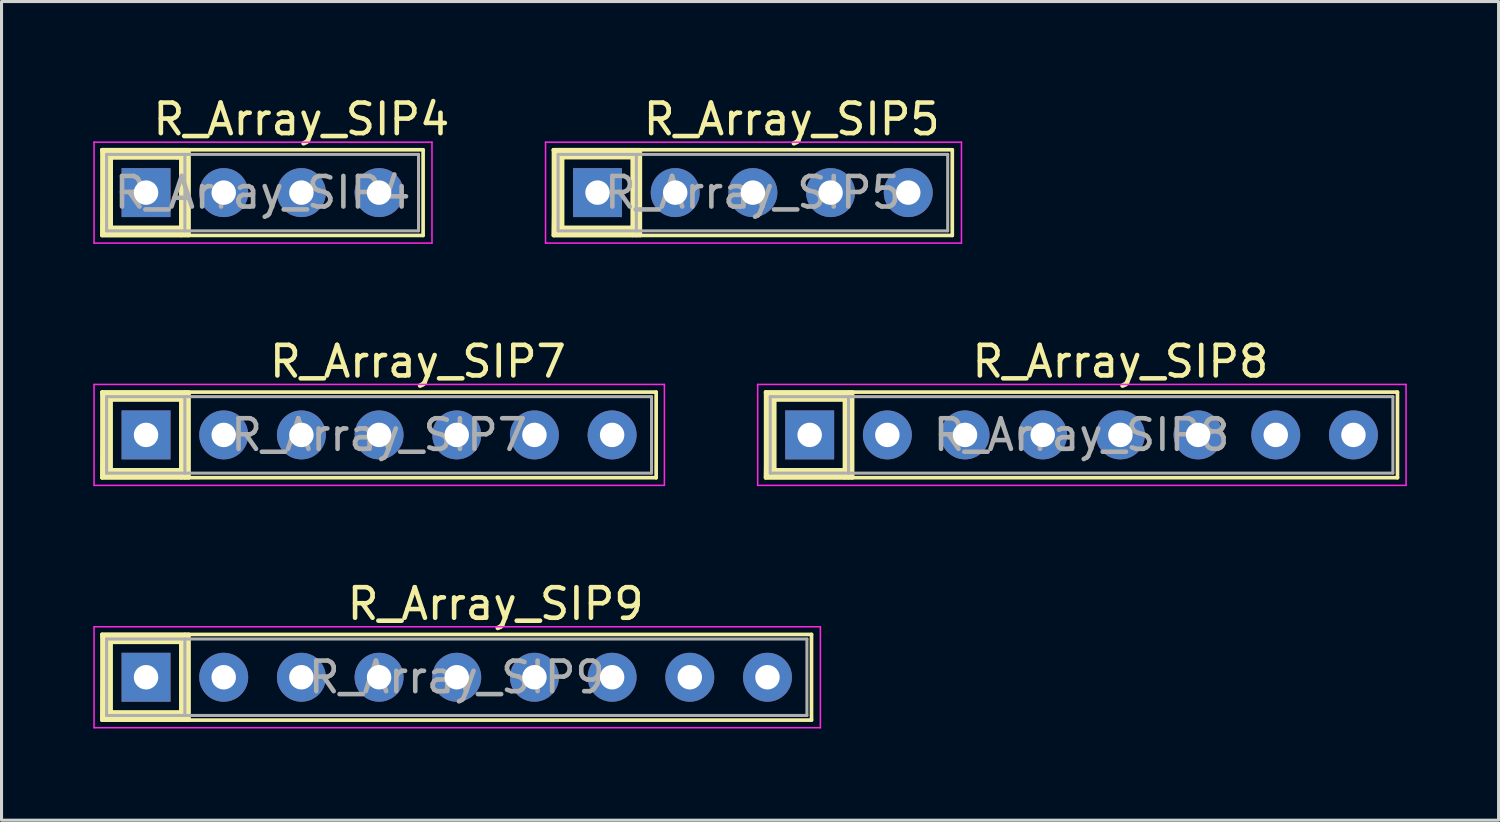
<source format=kicad_pcb>
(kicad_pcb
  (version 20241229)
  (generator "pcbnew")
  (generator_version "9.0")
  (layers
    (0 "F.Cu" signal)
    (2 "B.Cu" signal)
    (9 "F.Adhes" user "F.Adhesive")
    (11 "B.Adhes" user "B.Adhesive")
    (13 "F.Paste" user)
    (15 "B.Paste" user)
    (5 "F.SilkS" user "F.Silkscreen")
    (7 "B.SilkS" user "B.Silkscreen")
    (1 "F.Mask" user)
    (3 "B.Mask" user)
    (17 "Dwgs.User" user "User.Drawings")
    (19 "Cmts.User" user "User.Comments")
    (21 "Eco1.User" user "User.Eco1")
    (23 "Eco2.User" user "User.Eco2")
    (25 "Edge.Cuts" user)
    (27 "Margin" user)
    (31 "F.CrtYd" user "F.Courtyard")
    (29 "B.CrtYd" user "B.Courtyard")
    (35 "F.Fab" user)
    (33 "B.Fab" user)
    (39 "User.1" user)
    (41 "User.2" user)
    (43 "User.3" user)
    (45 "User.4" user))
  (footprint "R_Array_SIP9"
    (layer "F.Cu")
    (at 1.725 19.095)
    (property "Reference" "R_Array_SIP9" (at 11.43 -2.4 0) (layer "F.SilkS") (effects (font (size 1 1) (thickness 0.15))))
    (attr through_hole)
    (fp_line (start -1.44 -1.4) (end -1.44 1.4) (stroke (width 0.12) (type solid)) (layer "F.SilkS"))
    (fp_line (start -1.44 1.4) (end 21.76 1.4) (stroke (width 0.12) (type solid)) (layer "F.SilkS"))
    (fp_line (start 1.143 -1.143) (end 1.143 1.143) (stroke (width 0.12) (type solid)) (layer "F.SilkS"))
    (fp_line (start 1.143 1.143) (end -1.143 1.143) (stroke (width 0.12) (type solid)) (layer "F.SilkS"))
    (fp_line (start 1.27 -1.4) (end 1.27 1.4) (stroke (width 0.12) (type solid)) (layer "F.SilkS"))
    (fp_line (start 1.397 -1.4) (end 1.397 1.4) (stroke (width 0.12) (type solid)) (layer "F.SilkS"))
    (fp_line (start 21.76 -1.4) (end -1.44 -1.4) (stroke (width 0.12) (type solid)) (layer "F.SilkS"))
    (fp_line (start 21.76 1.4) (end 21.76 -1.4) (stroke (width 0.12) (type solid)) (layer "F.SilkS"))
    (fp_poly (pts (xy -1.143 1.143) (xy 1.143 1.143) (xy 1.143 1.4) (xy -1.44 1.4) (xy -1.397 -1.143) (xy -1.143 -1.143)) (stroke (width 0.12) (type solid)) (fill yes) (layer "F.SilkS"))
    (fp_poly (pts (xy 1.397 1.4) (xy 1.143 1.4) (xy 1.143 -1.143) (xy -1.397 -1.143) (xy -1.44 -1.4) (xy 1.397 -1.4)) (stroke (width 0.12) (type solid)) (fill yes) (layer "F.SilkS"))
    (fp_line (start -1.7 -1.65) (end -1.7 1.65) (stroke (width 0.05) (type solid)) (layer "F.CrtYd"))
    (fp_line (start -1.7 1.65) (end 22.05 1.65) (stroke (width 0.05) (type solid)) (layer "F.CrtYd"))
    (fp_line (start 22.05 -1.65) (end -1.7 -1.65) (stroke (width 0.05) (type solid)) (layer "F.CrtYd"))
    (fp_line (start 22.05 1.65) (end 22.05 -1.65) (stroke (width 0.05) (type solid)) (layer "F.CrtYd"))
    (fp_line (start -1.29 -1.25) (end -1.29 1.25) (stroke (width 0.1) (type solid)) (layer "F.Fab"))
    (fp_line (start -1.29 1.25) (end 21.61 1.25) (stroke (width 0.1) (type solid)) (layer "F.Fab"))
    (fp_line (start 1.27 -1.25) (end 1.27 1.25) (stroke (width 0.1) (type solid)) (layer "F.Fab"))
    (fp_line (start 21.61 -1.25) (end -1.29 -1.25) (stroke (width 0.1) (type solid)) (layer "F.Fab"))
    (fp_line (start 21.61 1.25) (end 21.61 -1.25) (stroke (width 0.1) (type solid)) (layer "F.Fab"))
    (fp_text user "${REFERENCE}" (at 10.16 0 0) (layer "F.Fab") (effects (font (size 1 1) (thickness 0.15))))
    (pad "1" thru_hole rect (at 0 0) (size 1.6 1.6) (drill 0.8) (layers "*.Cu" "*.Mask"))
    (pad "2" thru_hole oval (at 2.54 0) (size 1.6 1.6) (drill 0.8) (layers "*.Cu" "*.Mask"))
    (pad "3" thru_hole oval (at 5.08 0) (size 1.6 1.6) (drill 0.8) (layers "*.Cu" "*.Mask"))
    (pad "4" thru_hole oval (at 7.62 0) (size 1.6 1.6) (drill 0.8) (layers "*.Cu" "*.Mask"))
    (pad "5" thru_hole oval (at 10.16 0) (size 1.6 1.6) (drill 0.8) (layers "*.Cu" "*.Mask"))
    (pad "6" thru_hole oval (at 12.7 0) (size 1.6 1.6) (drill 0.8) (layers "*.Cu" "*.Mask"))
    (pad "7" thru_hole oval (at 15.24 0) (size 1.6 1.6) (drill 0.8) (layers "*.Cu" "*.Mask"))
    (pad "8" thru_hole oval (at 17.78 0) (size 1.6 1.6) (drill 0.8) (layers "*.Cu" "*.Mask"))
    (pad "9" thru_hole oval (at 20.32 0) (size 1.6 1.6) (drill 0.8) (layers "*.Cu" "*.Mask")))
  (footprint "R_Array_SIP4"
    (layer "F.Cu")
    (at 1.725 3.248)
    (property "Reference" "R_Array_SIP4" (at 5.08 -2.4 0) (layer "F.SilkS") (effects (font (size 1 1) (thickness 0.15))))
    (attr through_hole)
    (fp_line (start -1.44 -1.4) (end -1.44 1.4) (stroke (width 0.12) (type solid)) (layer "F.SilkS"))
    (fp_line (start -1.44 1.4) (end 9.06 1.4) (stroke (width 0.12) (type solid)) (layer "F.SilkS"))
    (fp_line (start -1.143 -1.143) (end 1.016 -1.143) (stroke (width 0.12) (type solid)) (layer "F.SilkS"))
    (fp_line (start -1.143 1.143) (end -1.143 -1.143) (stroke (width 0.12) (type solid)) (layer "F.SilkS"))
    (fp_line (start 1.016 -1.143) (end 1.143 -1.143) (stroke (width 0.12) (type solid)) (layer "F.SilkS"))
    (fp_line (start 1.143 -1.143) (end 1.143 1.143) (stroke (width 0.12) (type solid)) (layer "F.SilkS"))
    (fp_line (start 1.143 1.143) (end -1.143 1.143) (stroke (width 0.12) (type solid)) (layer "F.SilkS"))
    (fp_line (start 1.397 -1.4) (end 1.397 1.4) (stroke (width 0.12) (type solid)) (layer "F.SilkS"))
    (fp_line (start 9.06 -1.4) (end -1.44 -1.4) (stroke (width 0.12) (type solid)) (layer "F.SilkS"))
    (fp_line (start 9.06 1.4) (end 9.06 -1.4) (stroke (width 0.12) (type solid)) (layer "F.SilkS"))
    (fp_poly (pts (xy -1.143 1.143) (xy 1.143 1.143) (xy 1.143 1.4) (xy -1.44 1.4) (xy -1.397 -1.143) (xy -1.143 -1.143)) (stroke (width 0.12) (type solid)) (fill yes) (layer "F.SilkS"))
    (fp_poly (pts (xy 1.397 1.4) (xy 1.143 1.4) (xy 1.143 -1.143) (xy -1.397 -1.143) (xy -1.44 -1.4) (xy 1.397 -1.4)) (stroke (width 0.12) (type solid)) (fill yes) (layer "F.SilkS"))
    (fp_line (start -1.7 -1.65) (end -1.7 1.65) (stroke (width 0.05) (type solid)) (layer "F.CrtYd"))
    (fp_line (start -1.7 1.65) (end 9.35 1.65) (stroke (width 0.05) (type solid)) (layer "F.CrtYd"))
    (fp_line (start 9.35 -1.65) (end -1.7 -1.65) (stroke (width 0.05) (type solid)) (layer "F.CrtYd"))
    (fp_line (start 9.35 1.65) (end 9.35 -1.65) (stroke (width 0.05) (type solid)) (layer "F.CrtYd"))
    (fp_line (start -1.29 -1.25) (end -1.29 1.25) (stroke (width 0.1) (type solid)) (layer "F.Fab"))
    (fp_line (start -1.29 1.25) (end 8.91 1.25) (stroke (width 0.1) (type solid)) (layer "F.Fab"))
    (fp_line (start 1.27 -1.25) (end 1.27 1.25) (stroke (width 0.1) (type solid)) (layer "F.Fab"))
    (fp_line (start 8.91 -1.25) (end -1.29 -1.25) (stroke (width 0.1) (type solid)) (layer "F.Fab"))
    (fp_line (start 8.91 1.25) (end 8.91 -1.25) (stroke (width 0.1) (type solid)) (layer "F.Fab"))
    (fp_text user "${REFERENCE}" (at 3.81 0 0) (layer "F.Fab") (effects (font (size 1 1) (thickness 0.15))))
    (pad "1" thru_hole rect (at 0 0) (size 1.6 1.6) (drill 0.8) (layers "*.Cu" "*.Mask"))
    (pad "2" thru_hole oval (at 2.54 0) (size 1.6 1.6) (drill 0.8) (layers "*.Cu" "*.Mask"))
    (pad "3" thru_hole oval (at 5.08 0) (size 1.6 1.6) (drill 0.8) (layers "*.Cu" "*.Mask"))
    (pad "4" thru_hole oval (at 7.62 0) (size 1.6 1.6) (drill 0.8) (layers "*.Cu" "*.Mask")))
  (footprint "R_Array_SIP7"
    (layer "F.Cu")
    (at 1.725 11.171)
    (property "Reference" "R_Array_SIP7" (at 8.89 -2.4 0) (layer "F.SilkS") (effects (font (size 1 1) (thickness 0.15))))
    (attr through_hole)
    (fp_line (start -1.44 -1.4) (end -1.44 1.4) (stroke (width 0.12) (type solid)) (layer "F.SilkS"))
    (fp_line (start -1.44 1.4) (end 16.68 1.4) (stroke (width 0.12) (type solid)) (layer "F.SilkS"))
    (fp_line (start 1.143 -1.143) (end 1.143 1.143) (stroke (width 0.12) (type solid)) (layer "F.SilkS"))
    (fp_line (start 1.143 1.143) (end -1.143 1.143) (stroke (width 0.12) (type solid)) (layer "F.SilkS"))
    (fp_line (start 1.27 -1.4) (end 1.27 1.4) (stroke (width 0.12) (type solid)) (layer "F.SilkS"))
    (fp_line (start 1.397 -1.4) (end 1.397 1.4) (stroke (width 0.12) (type solid)) (layer "F.SilkS"))
    (fp_line (start 16.68 -1.4) (end -1.44 -1.4) (stroke (width 0.12) (type solid)) (layer "F.SilkS"))
    (fp_line (start 16.68 1.4) (end 16.68 -1.4) (stroke (width 0.12) (type solid)) (layer "F.SilkS"))
    (fp_poly (pts (xy -1.143 1.143) (xy 1.143 1.143) (xy 1.143 1.4) (xy -1.44 1.4) (xy -1.397 -1.143) (xy -1.143 -1.143)) (stroke (width 0.12) (type solid)) (fill yes) (layer "F.SilkS"))
    (fp_poly (pts (xy 1.397 1.4) (xy 1.143 1.4) (xy 1.143 -1.143) (xy -1.397 -1.143) (xy -1.44 -1.4) (xy 1.397 -1.4)) (stroke (width 0.12) (type solid)) (fill yes) (layer "F.SilkS"))
    (fp_line (start -1.7 -1.65) (end -1.7 1.65) (stroke (width 0.05) (type solid)) (layer "F.CrtYd"))
    (fp_line (start -1.7 1.65) (end 16.95 1.65) (stroke (width 0.05) (type solid)) (layer "F.CrtYd"))
    (fp_line (start 16.95 -1.65) (end -1.7 -1.65) (stroke (width 0.05) (type solid)) (layer "F.CrtYd"))
    (fp_line (start 16.95 1.65) (end 16.95 -1.65) (stroke (width 0.05) (type solid)) (layer "F.CrtYd"))
    (fp_line (start -1.29 -1.25) (end -1.29 1.25) (stroke (width 0.1) (type solid)) (layer "F.Fab"))
    (fp_line (start -1.29 1.25) (end 16.53 1.25) (stroke (width 0.1) (type solid)) (layer "F.Fab"))
    (fp_line (start 1.27 -1.25) (end 1.27 1.25) (stroke (width 0.1) (type solid)) (layer "F.Fab"))
    (fp_line (start 16.53 -1.25) (end -1.29 -1.25) (stroke (width 0.1) (type solid)) (layer "F.Fab"))
    (fp_line (start 16.53 1.25) (end 16.53 -1.25) (stroke (width 0.1) (type solid)) (layer "F.Fab"))
    (fp_text user "${REFERENCE}" (at 7.62 0 0) (layer "F.Fab") (effects (font (size 1 1) (thickness 0.15))))
    (pad "1" thru_hole rect (at 0 0) (size 1.6 1.6) (drill 0.8) (layers "*.Cu" "*.Mask"))
    (pad "2" thru_hole oval (at 2.54 0) (size 1.6 1.6) (drill 0.8) (layers "*.Cu" "*.Mask"))
    (pad "3" thru_hole oval (at 5.08 0) (size 1.6 1.6) (drill 0.8) (layers "*.Cu" "*.Mask"))
    (pad "4" thru_hole oval (at 7.62 0) (size 1.6 1.6) (drill 0.8) (layers "*.Cu" "*.Mask"))
    (pad "5" thru_hole oval (at 10.16 0) (size 1.6 1.6) (drill 0.8) (layers "*.Cu" "*.Mask"))
    (pad "6" thru_hole oval (at 12.7 0) (size 1.6 1.6) (drill 0.8) (layers "*.Cu" "*.Mask"))
    (pad "7" thru_hole oval (at 15.24 0) (size 1.6 1.6) (drill 0.8) (layers "*.Cu" "*.Mask")))
  (footprint "R_Array_SIP8"
    (layer "F.Cu")
    (at 23.425 11.171)
    (property "Reference" "R_Array_SIP8" (at 10.16 -2.4 0) (layer "F.SilkS") (effects (font (size 1 1) (thickness 0.15))))
    (attr through_hole)
    (fp_line (start -1.44 -1.4) (end -1.44 1.4) (stroke (width 0.12) (type solid)) (layer "F.SilkS"))
    (fp_line (start -1.44 1.4) (end 19.22 1.4) (stroke (width 0.12) (type solid)) (layer "F.SilkS"))
    (fp_line (start 1.143 -1.143) (end 1.143 1.143) (stroke (width 0.12) (type solid)) (layer "F.SilkS"))
    (fp_line (start 1.143 1.143) (end -1.143 1.143) (stroke (width 0.12) (type solid)) (layer "F.SilkS"))
    (fp_line (start 1.27 -1.4) (end 1.27 1.4) (stroke (width 0.12) (type solid)) (layer "F.SilkS"))
    (fp_line (start 1.397 -1.4) (end 1.397 1.4) (stroke (width 0.12) (type solid)) (layer "F.SilkS"))
    (fp_line (start 19.22 -1.4) (end -1.44 -1.4) (stroke (width 0.12) (type solid)) (layer "F.SilkS"))
    (fp_line (start 19.22 1.4) (end 19.22 -1.4) (stroke (width 0.12) (type solid)) (layer "F.SilkS"))
    (fp_poly (pts (xy -1.143 1.143) (xy 1.143 1.143) (xy 1.143 1.4) (xy -1.44 1.4) (xy -1.397 -1.143) (xy -1.143 -1.143)) (stroke (width 0.12) (type solid)) (fill yes) (layer "F.SilkS"))
    (fp_poly (pts (xy 1.397 1.4) (xy 1.143 1.4) (xy 1.143 -1.143) (xy -1.397 -1.143) (xy -1.44 -1.4) (xy 1.397 -1.4)) (stroke (width 0.12) (type solid)) (fill yes) (layer "F.SilkS"))
    (fp_line (start -1.7 -1.65) (end -1.7 1.65) (stroke (width 0.05) (type solid)) (layer "F.CrtYd"))
    (fp_line (start -1.7 1.65) (end 19.5 1.65) (stroke (width 0.05) (type solid)) (layer "F.CrtYd"))
    (fp_line (start 19.5 -1.65) (end -1.7 -1.65) (stroke (width 0.05) (type solid)) (layer "F.CrtYd"))
    (fp_line (start 19.5 1.65) (end 19.5 -1.65) (stroke (width 0.05) (type solid)) (layer "F.CrtYd"))
    (fp_line (start -1.29 -1.25) (end -1.29 1.25) (stroke (width 0.1) (type solid)) (layer "F.Fab"))
    (fp_line (start -1.29 1.25) (end 19.07 1.25) (stroke (width 0.1) (type solid)) (layer "F.Fab"))
    (fp_line (start 1.27 -1.25) (end 1.27 1.25) (stroke (width 0.1) (type solid)) (layer "F.Fab"))
    (fp_line (start 19.07 -1.25) (end -1.29 -1.25) (stroke (width 0.1) (type solid)) (layer "F.Fab"))
    (fp_line (start 19.07 1.25) (end 19.07 -1.25) (stroke (width 0.1) (type solid)) (layer "F.Fab"))
    (fp_text user "${REFERENCE}" (at 8.89 0 0) (layer "F.Fab") (effects (font (size 1 1) (thickness 0.15))))
    (pad "1" thru_hole rect (at 0 0) (size 1.6 1.6) (drill 0.8) (layers "*.Cu" "*.Mask"))
    (pad "2" thru_hole oval (at 2.54 0) (size 1.6 1.6) (drill 0.8) (layers "*.Cu" "*.Mask"))
    (pad "3" thru_hole oval (at 5.08 0) (size 1.6 1.6) (drill 0.8) (layers "*.Cu" "*.Mask"))
    (pad "4" thru_hole oval (at 7.62 0) (size 1.6 1.6) (drill 0.8) (layers "*.Cu" "*.Mask"))
    (pad "5" thru_hole oval (at 10.16 0) (size 1.6 1.6) (drill 0.8) (layers "*.Cu" "*.Mask"))
    (pad "6" thru_hole oval (at 12.7 0) (size 1.6 1.6) (drill 0.8) (layers "*.Cu" "*.Mask"))
    (pad "7" thru_hole oval (at 15.24 0) (size 1.6 1.6) (drill 0.8) (layers "*.Cu" "*.Mask"))
    (pad "8" thru_hole oval (at 17.78 0) (size 1.6 1.6) (drill 0.8) (layers "*.Cu" "*.Mask")))
  (footprint "R_Array_SIP5"
    (layer "F.Cu")
    (at 16.488 3.248)
    (property "Reference" "R_Array_SIP5" (at 6.35 -2.4 0) (layer "F.SilkS") (effects (font (size 1 1) (thickness 0.15))))
    (attr through_hole)
    (fp_line (start -1.44 -1.4) (end -1.44 1.4) (stroke (width 0.12) (type solid)) (layer "F.SilkS"))
    (fp_line (start -1.44 1.4) (end 11.6 1.4) (stroke (width 0.12) (type solid)) (layer "F.SilkS"))
    (fp_line (start 1.143 -1.143) (end 1.143 1.143) (stroke (width 0.12) (type solid)) (layer "F.SilkS"))
    (fp_line (start 1.143 1.143) (end -1.143 1.143) (stroke (width 0.12) (type solid)) (layer "F.SilkS"))
    (fp_line (start 1.27 -1.4) (end 1.27 1.4) (stroke (width 0.12) (type solid)) (layer "F.SilkS"))
    (fp_line (start 1.397 -1.4) (end 1.397 1.4) (stroke (width 0.12) (type solid)) (layer "F.SilkS"))
    (fp_line (start 11.6 -1.4) (end -1.44 -1.4) (stroke (width 0.12) (type solid)) (layer "F.SilkS"))
    (fp_line (start 11.6 1.4) (end 11.6 -1.4) (stroke (width 0.12) (type solid)) (layer "F.SilkS"))
    (fp_poly (pts (xy -1.143 1.143) (xy 1.143 1.143) (xy 1.143 1.4) (xy -1.44 1.4) (xy -1.397 -1.143) (xy -1.143 -1.143)) (stroke (width 0.12) (type solid)) (fill yes) (layer "F.SilkS"))
    (fp_poly (pts (xy 1.397 1.4) (xy 1.143 1.4) (xy 1.143 -1.143) (xy -1.397 -1.143) (xy -1.44 -1.4) (xy 1.397 -1.4)) (stroke (width 0.12) (type solid)) (fill yes) (layer "F.SilkS"))
    (fp_line (start -1.7 -1.65) (end -1.7 1.65) (stroke (width 0.05) (type solid)) (layer "F.CrtYd"))
    (fp_line (start -1.7 1.65) (end 11.9 1.65) (stroke (width 0.05) (type solid)) (layer "F.CrtYd"))
    (fp_line (start 11.9 -1.65) (end -1.7 -1.65) (stroke (width 0.05) (type solid)) (layer "F.CrtYd"))
    (fp_line (start 11.9 1.65) (end 11.9 -1.65) (stroke (width 0.05) (type solid)) (layer "F.CrtYd"))
    (fp_line (start -1.29 -1.25) (end -1.29 1.25) (stroke (width 0.1) (type solid)) (layer "F.Fab"))
    (fp_line (start -1.29 1.25) (end 11.45 1.25) (stroke (width 0.1) (type solid)) (layer "F.Fab"))
    (fp_line (start 1.27 -1.25) (end 1.27 1.25) (stroke (width 0.1) (type solid)) (layer "F.Fab"))
    (fp_line (start 11.45 -1.25) (end -1.29 -1.25) (stroke (width 0.1) (type solid)) (layer "F.Fab"))
    (fp_line (start 11.45 1.25) (end 11.45 -1.25) (stroke (width 0.1) (type solid)) (layer "F.Fab"))
    (fp_text user "${REFERENCE}" (at 5.08 0 0) (layer "F.Fab") (effects (font (size 1 1) (thickness 0.15))))
    (pad "1" thru_hole rect (at 0 0) (size 1.6 1.6) (drill 0.8) (layers "*.Cu" "*.Mask"))
    (pad "2" thru_hole oval (at 2.54 0) (size 1.6 1.6) (drill 0.8) (layers "*.Cu" "*.Mask"))
    (pad "3" thru_hole oval (at 5.08 0) (size 1.6 1.6) (drill 0.8) (layers "*.Cu" "*.Mask"))
    (pad "4" thru_hole oval (at 7.62 0) (size 1.6 1.6) (drill 0.8) (layers "*.Cu" "*.Mask"))
    (pad "5" thru_hole oval (at 10.16 0) (size 1.6 1.6) (drill 0.8) (layers "*.Cu" "*.Mask")))
  (gr_rect
    (start -3 -3)
    (end 45.95 23.77)
    (stroke (width 0.1) (type default))
    (fill no)
    (layer "Edge.Cuts")))
</source>
